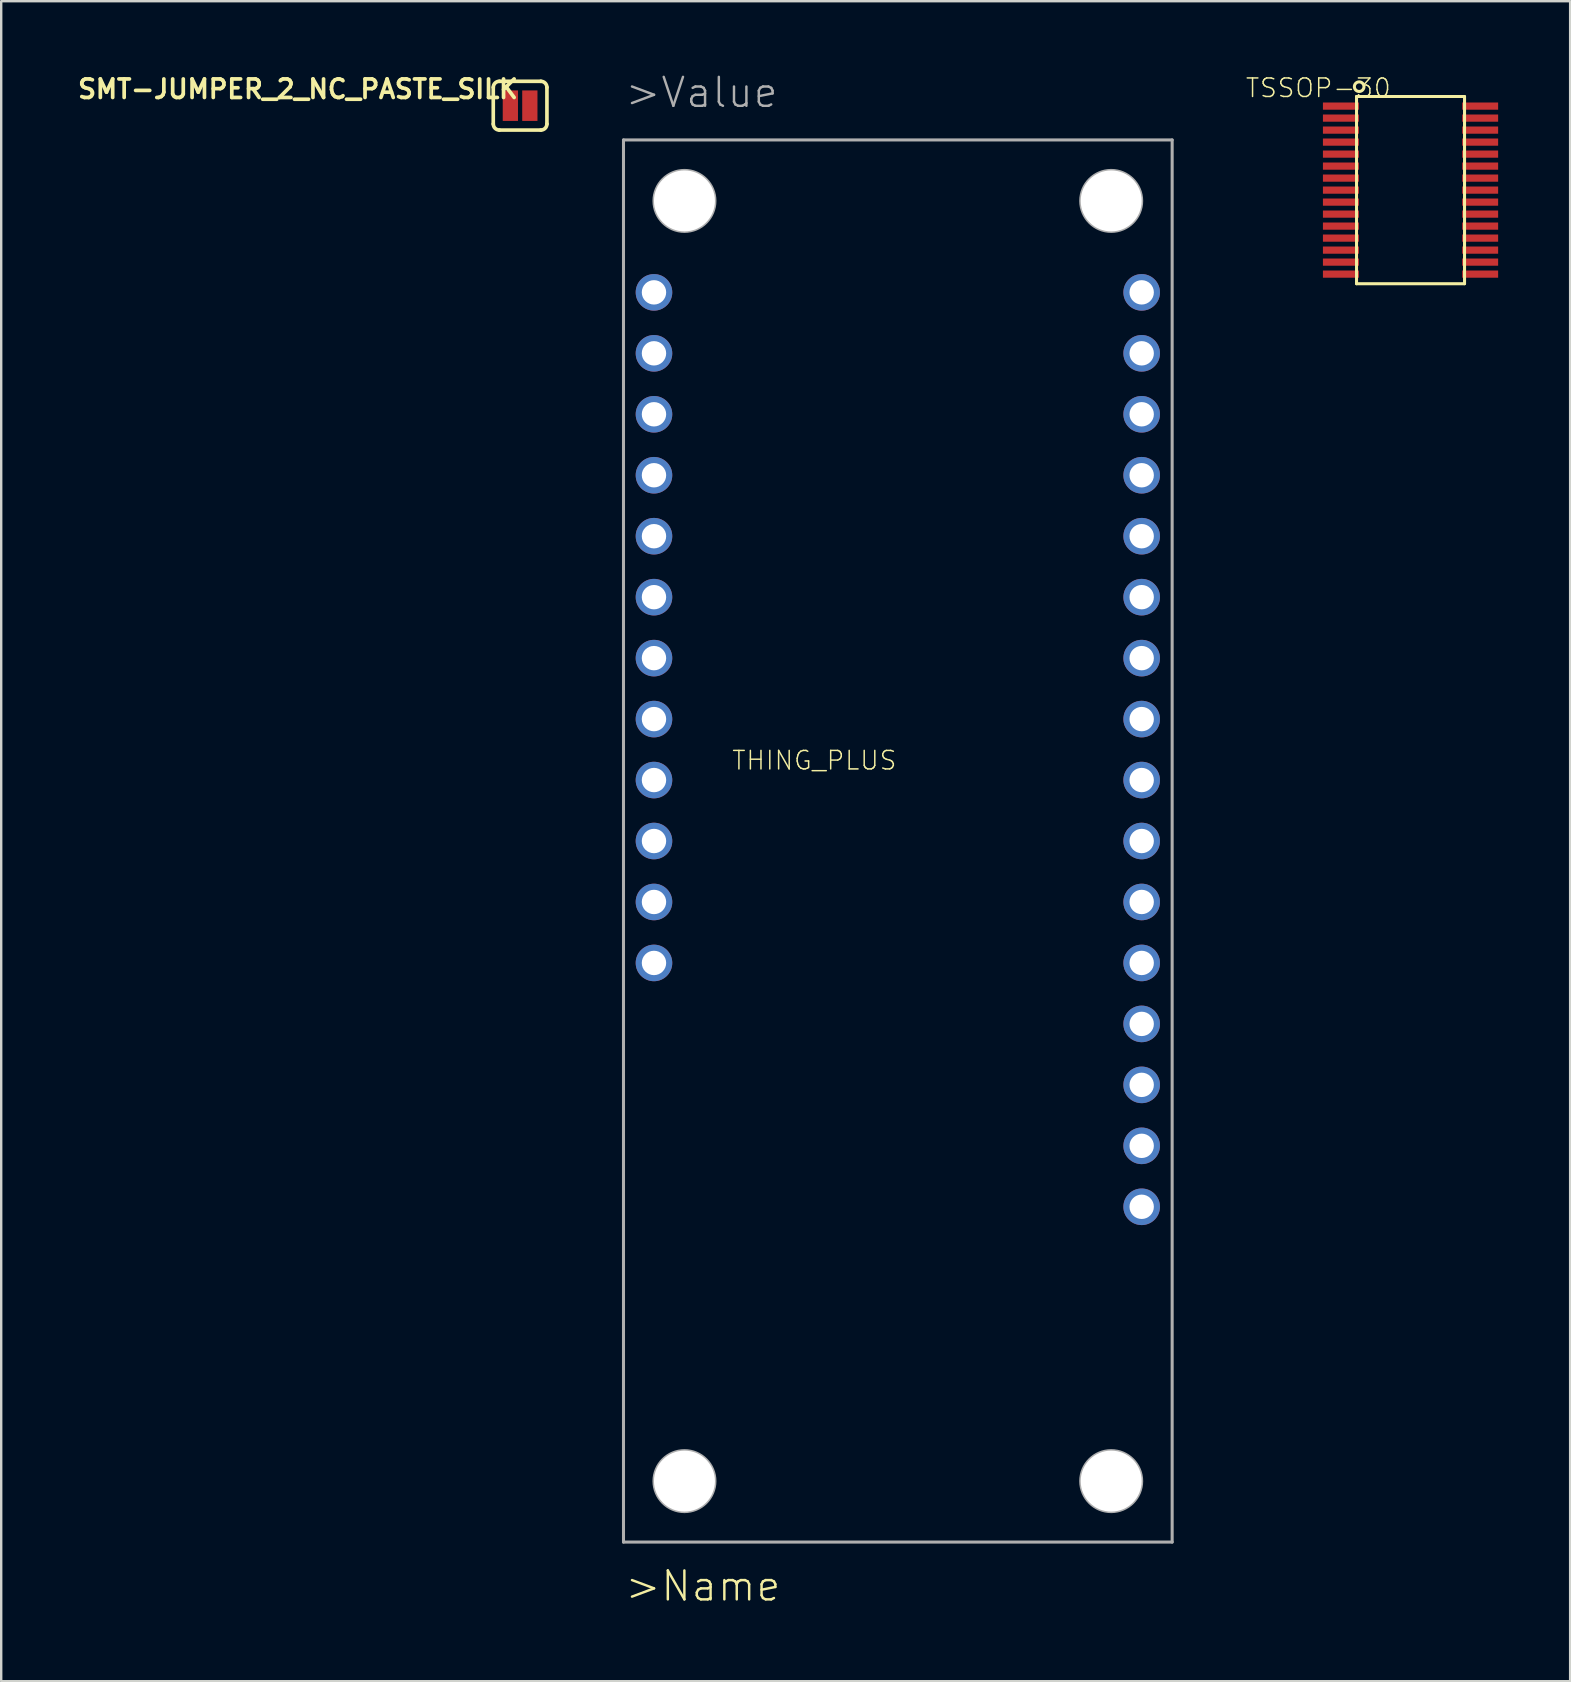
<source format=kicad_pcb>
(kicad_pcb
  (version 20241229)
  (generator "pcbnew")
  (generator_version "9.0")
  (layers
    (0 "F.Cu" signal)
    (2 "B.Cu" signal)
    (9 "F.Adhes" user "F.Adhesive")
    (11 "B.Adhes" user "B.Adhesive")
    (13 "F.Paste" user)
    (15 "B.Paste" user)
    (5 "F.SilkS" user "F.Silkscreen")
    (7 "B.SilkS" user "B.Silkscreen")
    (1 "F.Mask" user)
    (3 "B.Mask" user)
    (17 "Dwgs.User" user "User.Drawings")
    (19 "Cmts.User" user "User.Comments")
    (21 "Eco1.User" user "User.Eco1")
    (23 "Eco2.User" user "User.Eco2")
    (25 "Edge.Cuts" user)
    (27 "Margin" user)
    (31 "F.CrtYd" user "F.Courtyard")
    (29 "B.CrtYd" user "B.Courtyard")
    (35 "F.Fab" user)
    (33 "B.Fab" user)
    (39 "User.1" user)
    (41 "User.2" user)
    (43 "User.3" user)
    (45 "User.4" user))
  (footprint "TSSOP-30"
    (layer "F.Cu")
    (at 55.72 4.871)
    (property "Reference" "TSSOP-30" (at -0.77 -4.708 180) (layer "F.SilkS") (effects (font (size 0.772 0.772) (thickness 0.062)) (justify right top)))
    (attr through_hole)
    (fp_line (start -2.25 -3.9) (end -2.25 3.9) (stroke (width 0.127) (type solid)) (layer "F.SilkS"))
    (fp_line (start -2.25 3.9) (end 2.25 3.9) (stroke (width 0.127) (type solid)) (layer "F.SilkS"))
    (fp_line (start 2.25 -3.9) (end -2.25 -3.9) (stroke (width 0.127) (type solid)) (layer "F.SilkS"))
    (fp_line (start 2.25 3.9) (end 2.25 -3.9) (stroke (width 0.127) (type solid)) (layer "F.SilkS"))
    (fp_circle (center -2.14 -4.31) (end -1.94 -4.31) (stroke (width 0.127) (type solid)) (fill no) (layer "F.SilkS"))
    (pad "01" smd rect (at -2.9 -3.5) (size 1.5 0.3) (layers "F.Cu" "F.Mask" "F.Paste"))
    (pad "02" smd rect (at -2.9 -3) (size 1.5 0.3) (layers "F.Cu" "F.Mask" "F.Paste"))
    (pad "03" smd rect (at -2.9 -2.5) (size 1.5 0.3) (layers "F.Cu" "F.Mask" "F.Paste"))
    (pad "04" smd rect (at -2.9 -2) (size 1.5 0.3) (layers "F.Cu" "F.Mask" "F.Paste"))
    (pad "05" smd rect (at -2.9 -1.5) (size 1.5 0.3) (layers "F.Cu" "F.Mask" "F.Paste"))
    (pad "06" smd rect (at -2.9 -1) (size 1.5 0.3) (layers "F.Cu" "F.Mask" "F.Paste"))
    (pad "07" smd rect (at -2.9 -0.5) (size 1.5 0.3) (layers "F.Cu" "F.Mask" "F.Paste"))
    (pad "08" smd rect (at -2.9 0) (size 1.5 0.3) (layers "F.Cu" "F.Mask" "F.Paste"))
    (pad "09" smd rect (at -2.9 0.5) (size 1.5 0.3) (layers "F.Cu" "F.Mask" "F.Paste"))
    (pad "10" smd rect (at -2.9 1) (size 1.5 0.3) (layers "F.Cu" "F.Mask" "F.Paste"))
    (pad "11" smd rect (at -2.9 1.5) (size 1.5 0.3) (layers "F.Cu" "F.Mask" "F.Paste"))
    (pad "12" smd rect (at -2.9 2) (size 1.5 0.3) (layers "F.Cu" "F.Mask" "F.Paste"))
    (pad "13" smd rect (at -2.9 2.5) (size 1.5 0.3) (layers "F.Cu" "F.Mask" "F.Paste"))
    (pad "14" smd rect (at -2.9 3) (size 1.5 0.3) (layers "F.Cu" "F.Mask" "F.Paste"))
    (pad "15" smd rect (at -2.9 3.5) (size 1.5 0.3) (layers "F.Cu" "F.Mask" "F.Paste"))
    (pad "16" smd rect (at 2.9 3.5) (size 1.5 0.3) (layers "F.Cu" "F.Mask" "F.Paste"))
    (pad "17" smd rect (at 2.9 3) (size 1.5 0.3) (layers "F.Cu" "F.Mask" "F.Paste"))
    (pad "18" smd rect (at 2.9 2.5) (size 1.5 0.3) (layers "F.Cu" "F.Mask" "F.Paste"))
    (pad "19" smd rect (at 2.9 2) (size 1.5 0.3) (layers "F.Cu" "F.Mask" "F.Paste"))
    (pad "20" smd rect (at 2.9 1.5) (size 1.5 0.3) (layers "F.Cu" "F.Mask" "F.Paste"))
    (pad "21" smd rect (at 2.9 1) (size 1.5 0.3) (layers "F.Cu" "F.Mask" "F.Paste"))
    (pad "22" smd rect (at 2.9 0.5) (size 1.5 0.3) (layers "F.Cu" "F.Mask" "F.Paste"))
    (pad "23" smd rect (at 2.9 0) (size 1.5 0.3) (layers "F.Cu" "F.Mask" "F.Paste"))
    (pad "24" smd rect (at 2.9 -0.5) (size 1.5 0.3) (layers "F.Cu" "F.Mask" "F.Paste"))
    (pad "25" smd rect (at 2.9 -1) (size 1.5 0.3) (layers "F.Cu" "F.Mask" "F.Paste"))
    (pad "26" smd rect (at 2.9 -1.5) (size 1.5 0.3) (layers "F.Cu" "F.Mask" "F.Paste"))
    (pad "27" smd rect (at 2.9 -2) (size 1.5 0.3) (layers "F.Cu" "F.Mask" "F.Paste"))
    (pad "28" smd rect (at 2.9 -2.5) (size 1.5 0.3) (layers "F.Cu" "F.Mask" "F.Paste"))
    (pad "29" smd rect (at 2.9 -3) (size 1.5 0.3) (layers "F.Cu" "F.Mask" "F.Paste"))
    (pad "30" smd rect (at 2.9 -3.5) (size 1.5 0.3) (layers "F.Cu" "F.Mask" "F.Paste")))
  (footprint "THING_PLUS"
    (layer "F.Cu")
    (at 34.358 28.181)
    (property "Reference" "THING_PLUS" (at 0 0 180) (layer "F.SilkS") (effects (font (size 0.772 0.772) (thickness 0.062)) (justify right top)))
    (attr through_hole)
    (fp_line (start -11.43 -25.4) (end 11.43 -25.4) (stroke (width 0.127) (type solid)) (layer "F.Fab"))
    (fp_line (start -11.43 33.02) (end -11.43 -25.4) (stroke (width 0.127) (type solid)) (layer "F.Fab"))
    (fp_line (start 11.43 -25.4) (end 11.43 33.02) (stroke (width 0.127) (type solid)) (layer "F.Fab"))
    (fp_line (start 11.43 33.02) (end -11.43 33.02) (stroke (width 0.127) (type solid)) (layer "F.Fab"))
    (fp_circle (center -8.89 -22.86) (end -7.62 -22.86) (stroke (width 0.127) (type solid)) (fill no) (layer "F.Fab"))
    (fp_circle (center -8.89 30.48) (end -7.62 30.48) (stroke (width 0.127) (type solid)) (fill no) (layer "F.Fab"))
    (fp_circle (center 8.89 -22.86) (end 10.16 -22.86) (stroke (width 0.127) (type solid)) (fill no) (layer "F.Fab"))
    (fp_circle (center 8.89 30.48) (end 10.16 30.48) (stroke (width 0.127) (type solid)) (fill no) (layer "F.Fab"))
    (fp_text user ">Name" (at -11.43 35.56 0) (layer "F.SilkS") (effects (font (size 1.206 1.206) (thickness 0.102)) (justify left bottom)))
    (fp_text user ">Value" (at -11.43 -26.67 0) (layer "F.Fab") (effects (font (size 1.206 1.206) (thickness 0.102)) (justify left bottom)))
    (pad "" np_thru_hole circle (at -8.89 -22.86) (size 2.54 2.54) (drill 2.54) (layers "*.Cu" "*.Mask"))
    (pad "" np_thru_hole circle (at -8.89 30.48) (size 2.54 2.54) (drill 2.54) (layers "*.Cu" "*.Mask"))
    (pad "" np_thru_hole circle (at 8.89 -22.86) (size 2.54 2.54) (drill 2.54) (layers "*.Cu" "*.Mask"))
    (pad "" np_thru_hole circle (at 8.89 30.48) (size 2.54 2.54) (drill 2.54) (layers "*.Cu" "*.Mask"))
    (pad "1" thru_hole circle (at -10.16 -19.05) (size 1.524 1.524) (drill 1.016) (layers "*.Cu" "*.Mask"))
    (pad "2" thru_hole circle (at -10.16 -16.51) (size 1.524 1.524) (drill 1.016) (layers "*.Cu" "*.Mask"))
    (pad "3" thru_hole circle (at -10.16 -13.97) (size 1.524 1.524) (drill 1.016) (layers "*.Cu" "*.Mask"))
    (pad "4" thru_hole circle (at -10.16 -11.43) (size 1.524 1.524) (drill 1.016) (layers "*.Cu" "*.Mask"))
    (pad "5" thru_hole circle (at -10.16 -8.89) (size 1.524 1.524) (drill 1.016) (layers "*.Cu" "*.Mask"))
    (pad "6" thru_hole circle (at -10.16 -6.35) (size 1.524 1.524) (drill 1.016) (layers "*.Cu" "*.Mask"))
    (pad "7" thru_hole circle (at -10.16 -3.81) (size 1.524 1.524) (drill 1.016) (layers "*.Cu" "*.Mask"))
    (pad "8" thru_hole circle (at -10.16 -1.27) (size 1.524 1.524) (drill 1.016) (layers "*.Cu" "*.Mask"))
    (pad "9" thru_hole circle (at -10.16 1.27) (size 1.524 1.524) (drill 1.016) (layers "*.Cu" "*.Mask"))
    (pad "10" thru_hole circle (at -10.16 3.81) (size 1.524 1.524) (drill 1.016) (layers "*.Cu" "*.Mask"))
    (pad "11" thru_hole circle (at -10.16 6.35) (size 1.524 1.524) (drill 1.016) (layers "*.Cu" "*.Mask"))
    (pad "12" thru_hole circle (at -10.16 8.89) (size 1.524 1.524) (drill 1.016) (layers "*.Cu" "*.Mask"))
    (pad "13" thru_hole circle (at 10.16 -19.05) (size 1.524 1.524) (drill 1.016) (layers "*.Cu" "*.Mask"))
    (pad "14" thru_hole circle (at 10.16 -16.51) (size 1.524 1.524) (drill 1.016) (layers "*.Cu" "*.Mask"))
    (pad "15" thru_hole circle (at 10.16 -13.97) (size 1.524 1.524) (drill 1.016) (layers "*.Cu" "*.Mask"))
    (pad "16" thru_hole circle (at 10.16 -11.43) (size 1.524 1.524) (drill 1.016) (layers "*.Cu" "*.Mask"))
    (pad "17" thru_hole circle (at 10.16 -8.89) (size 1.524 1.524) (drill 1.016) (layers "*.Cu" "*.Mask"))
    (pad "18" thru_hole circle (at 10.16 -6.35) (size 1.524 1.524) (drill 1.016) (layers "*.Cu" "*.Mask"))
    (pad "19" thru_hole circle (at 10.16 -3.81) (size 1.524 1.524) (drill 1.016) (layers "*.Cu" "*.Mask"))
    (pad "20" thru_hole circle (at 10.16 -1.27) (size 1.524 1.524) (drill 1.016) (layers "*.Cu" "*.Mask"))
    (pad "21" thru_hole circle (at 10.16 1.27) (size 1.524 1.524) (drill 1.016) (layers "*.Cu" "*.Mask"))
    (pad "22" thru_hole circle (at 10.16 3.81) (size 1.524 1.524) (drill 1.016) (layers "*.Cu" "*.Mask"))
    (pad "23" thru_hole circle (at 10.16 6.35) (size 1.524 1.524) (drill 1.016) (layers "*.Cu" "*.Mask"))
    (pad "24" thru_hole circle (at 10.16 8.89) (size 1.524 1.524) (drill 1.016) (layers "*.Cu" "*.Mask"))
    (pad "25" thru_hole circle (at 10.16 11.43) (size 1.524 1.524) (drill 1.016) (layers "*.Cu" "*.Mask"))
    (pad "26" thru_hole circle (at 10.16 13.97) (size 1.524 1.524) (drill 1.016) (layers "*.Cu" "*.Mask"))
    (pad "27" thru_hole circle (at 10.16 16.51) (size 1.524 1.524) (drill 1.016) (layers "*.Cu" "*.Mask"))
    (pad "28" thru_hole circle (at 10.16 19.05) (size 1.524 1.524) (drill 1.016) (layers "*.Cu" "*.Mask")))
  (footprint "SMT-JUMPER_2_NC_PASTE_SILK"
    (layer "F.Cu")
    (at 18.62 1.353)
    (property "Reference" "SMT-JUMPER_2_NC_PASTE_SILK" (at 0 -1.143 180) (layer "F.SilkS") (effects (font (size 0.772 0.772) (thickness 0.154)) (justify right top)))
    (attr through_hole)
    (fp_line (start -1.118 0.762) (end -1.118 -0.762) (stroke (width 0.152) (type solid)) (layer "F.SilkS"))
    (fp_line (start -0.864 -1.016) (end 0.864 -1.016) (stroke (width 0.152) (type solid)) (layer "F.SilkS"))
    (fp_line (start 0.864 1.016) (end -0.864 1.016) (stroke (width 0.152) (type solid)) (layer "F.SilkS"))
    (fp_line (start 1.118 0.762) (end 1.118 -0.762) (stroke (width 0.152) (type solid)) (layer "F.SilkS"))
    (fp_arc (start -1.1176 -0.762) (mid -1.043205 -0.941605) (end -0.8636 -1.016) (stroke (width 0.1524) (type solid)) (layer "F.SilkS"))
    (fp_arc (start -0.8636 1.016) (mid -1.043205 0.941605) (end -1.1176 0.762) (stroke (width 0.1524) (type solid)) (layer "F.SilkS"))
    (fp_arc (start 0.8636 -1.016) (mid 1.043205 -0.941605) (end 1.1176 -0.762) (stroke (width 0.1524) (type solid)) (layer "F.SilkS"))
    (fp_arc (start 1.1176 0.762) (mid 1.043205 0.941605) (end 0.8636 1.016) (stroke (width 0.1524) (type solid)) (layer "F.SilkS"))
    (fp_poly (pts (xy -1.245 1.118) (xy 1.245 1.118) (xy 1.245 -1.118) (xy -1.245 -1.118)) (stroke (width 0) (type solid)) (fill yes) (layer "F.Paste"))
    (pad "1" smd rect (at -0.406 0) (size 0.635 1.27) (layers "F.Cu" "F.Mask"))
    (pad "2" smd rect (at 0.406 0) (size 0.635 1.27) (layers "F.Cu" "F.Mask")))
  (gr_rect
    (start -3 -3)
    (end 62.37 66.998)
    (stroke (width 0.1) (type default))
    (fill no)
    (layer "Edge.Cuts")))
</source>
